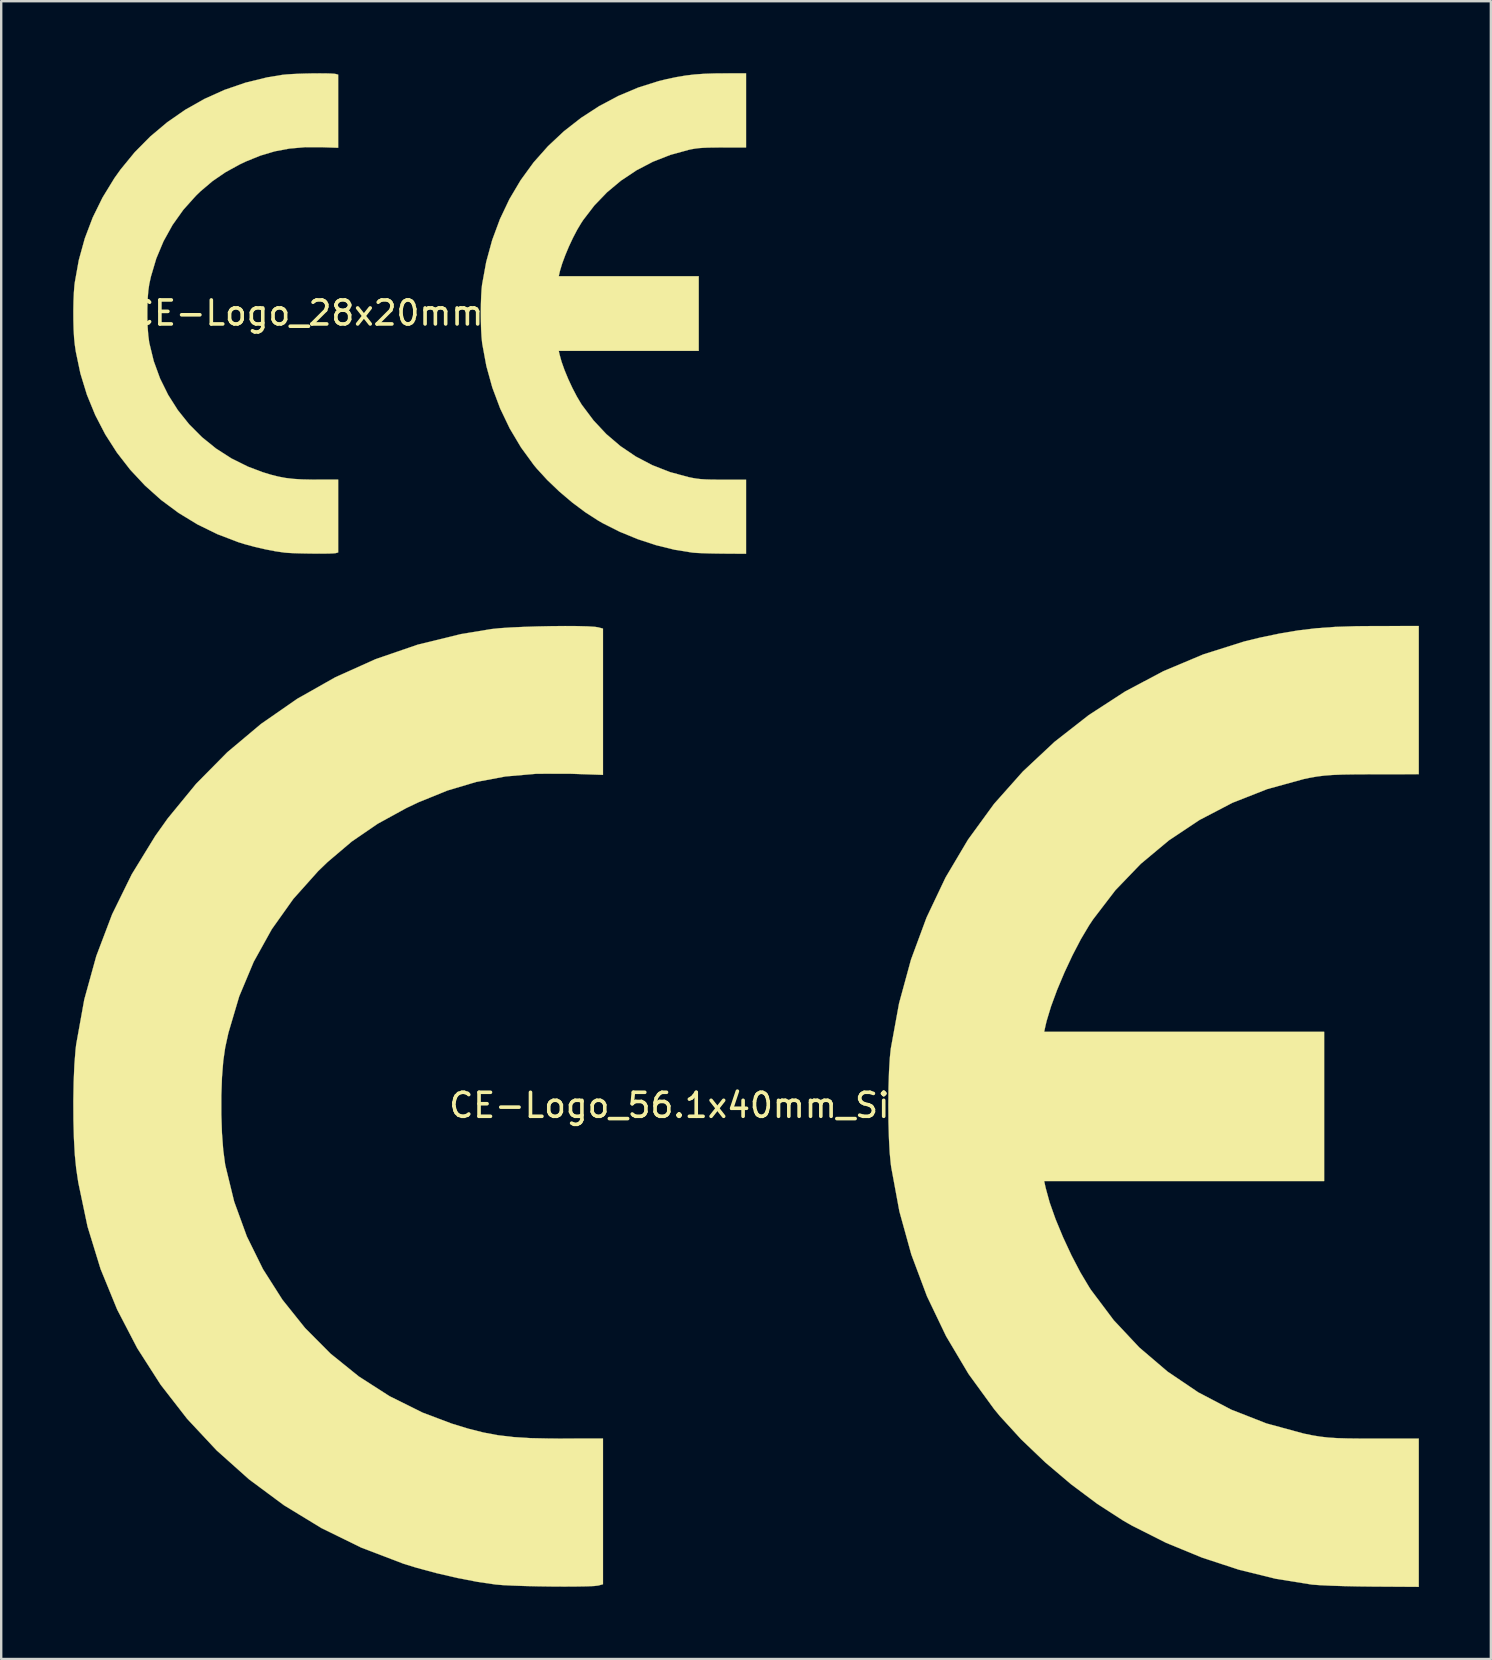
<source format=kicad_pcb>
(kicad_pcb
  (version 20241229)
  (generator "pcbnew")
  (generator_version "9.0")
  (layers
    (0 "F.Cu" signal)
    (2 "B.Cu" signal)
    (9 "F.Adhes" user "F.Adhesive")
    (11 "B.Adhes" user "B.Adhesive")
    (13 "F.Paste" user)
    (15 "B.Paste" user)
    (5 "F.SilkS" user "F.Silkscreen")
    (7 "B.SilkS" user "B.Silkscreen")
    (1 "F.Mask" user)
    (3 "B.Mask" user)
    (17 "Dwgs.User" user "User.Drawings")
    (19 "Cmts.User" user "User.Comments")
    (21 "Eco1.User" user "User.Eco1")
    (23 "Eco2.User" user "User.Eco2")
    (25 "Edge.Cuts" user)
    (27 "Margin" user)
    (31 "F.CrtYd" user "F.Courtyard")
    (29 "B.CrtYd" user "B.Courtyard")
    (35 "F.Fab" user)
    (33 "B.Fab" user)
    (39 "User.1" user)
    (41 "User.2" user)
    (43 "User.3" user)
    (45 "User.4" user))
  (footprint "CE-Logo_28x20mm_SilkScreen"
    (layer "F.Cu")
    (at 14.015 9.99)
    (property "Reference" "CE-Logo_28x20mm_SilkScreen" (at 0 0 0) (layer "F.SilkS") (effects (font (size 1 1) (thickness 0.15))))
    (attr exclude_from_pos_files exclude_from_bom)
    (fp_poly (pts (xy -3.512 -9.983) (xy -3.298 -9.977) (xy -3.144 -9.968) (xy -3.076 -9.957) (xy -2.978 -9.931) (xy -2.978 -6.884) (xy -3.672 -6.908) (xy -4.366 -6.907) (xy -5.009 -6.851) (xy -5.62 -6.736) (xy -6.217 -6.558) (xy -6.822 -6.313) (xy -7.073 -6.194) (xy -7.67 -5.866) (xy -8.209 -5.497) (xy -8.713 -5.07) (xy -8.909 -4.88) (xy -9.428 -4.301) (xy -9.877 -3.669) (xy -10.253 -2.991) (xy -10.555 -2.27) (xy -10.78 -1.511) (xy -10.847 -1.204) (xy -10.887 -0.926) (xy -10.914 -0.585) (xy -10.927 -0.205) (xy -10.928 0.189) (xy -10.915 0.575) (xy -10.888 0.929) (xy -10.849 1.226) (xy -10.845 1.248) (xy -10.66 2.005) (xy -10.397 2.728) (xy -10.06 3.41) (xy -9.655 4.048) (xy -9.184 4.637) (xy -8.652 5.171) (xy -8.063 5.647) (xy -7.423 6.058) (xy -6.734 6.4) (xy -6.127 6.629) (xy -5.785 6.734) (xy -5.472 6.813) (xy -5.165 6.871) (xy -4.843 6.909) (xy -4.485 6.931) (xy -4.069 6.94) (xy -3.887 6.94) (xy -2.978 6.939) (xy -2.978 9.975) (xy -3.076 10.001) (xy -3.161 10.011) (xy -3.316 10.018) (xy -3.527 10.022) (xy -3.778 10.023) (xy -4.051 10.021) (xy -4.333 10.017) (xy -4.605 10.011) (xy -4.853 10.003) (xy -5.06 9.992) (xy -5.21 9.98) (xy -5.211 9.98) (xy -5.585 9.926) (xy -6.008 9.844) (xy -6.446 9.743) (xy -6.869 9.629) (xy -7.137 9.546) (xy -8.013 9.211) (xy -8.843 8.804) (xy -9.624 8.328) (xy -10.353 7.788) (xy -11.026 7.186) (xy -11.64 6.528) (xy -12.192 5.817) (xy -12.679 5.057) (xy -13.097 4.252) (xy -13.443 3.407) (xy -13.714 2.524) (xy -13.907 1.608) (xy -13.95 1.314) (xy -13.978 1.033) (xy -13.998 0.689) (xy -14.008 0.305) (xy -14.01 -0.096) (xy -14.003 -0.49) (xy -13.987 -0.854) (xy -13.963 -1.164) (xy -13.95 -1.27) (xy -13.782 -2.206) (xy -13.532 -3.11) (xy -13.202 -3.98) (xy -12.792 -4.814) (xy -12.304 -5.611) (xy -12.043 -5.978) (xy -11.453 -6.698) (xy -10.804 -7.354) (xy -10.101 -7.945) (xy -9.349 -8.467) (xy -8.551 -8.918) (xy -7.712 -9.296) (xy -6.838 -9.596) (xy -5.932 -9.818) (xy -5.3 -9.922) (xy -5.127 -9.939) (xy -4.899 -9.954) (xy -4.633 -9.967) (xy -4.345 -9.976) (xy -4.051 -9.982) (xy -3.768 -9.984) (xy -3.512 -9.983)) (stroke (width 0.01) (type solid)) (fill yes) (layer "F.SilkS"))
    (fp_poly (pts (xy 14.014 -8.441) (xy 14.014 -6.897) (xy 13.039 -6.896) (xy 12.702 -6.895) (xy 12.435 -6.891) (xy 12.221 -6.882) (xy 12.045 -6.869) (xy 11.887 -6.849) (xy 11.733 -6.822) (xy 11.621 -6.798) (xy 10.86 -6.588) (xy 10.134 -6.303) (xy 9.448 -5.945) (xy 8.81 -5.52) (xy 8.223 -5.03) (xy 7.695 -4.481) (xy 7.23 -3.875) (xy 7.149 -3.752) (xy 6.977 -3.465) (xy 6.802 -3.129) (xy 6.633 -2.768) (xy 6.481 -2.404) (xy 6.354 -2.061) (xy 6.263 -1.76) (xy 6.243 -1.675) (xy 6.212 -1.533) (xy 12.043 -1.533) (xy 12.043 1.577) (xy 6.212 1.577) (xy 6.243 1.719) (xy 6.326 2.021) (xy 6.45 2.372) (xy 6.605 2.747) (xy 6.781 3.125) (xy 6.967 3.481) (xy 7.153 3.794) (xy 7.185 3.841) (xy 7.661 4.475) (xy 8.194 5.044) (xy 8.782 5.545) (xy 9.422 5.978) (xy 10.109 6.338) (xy 10.841 6.625) (xy 11.614 6.835) (xy 11.632 6.839) (xy 11.806 6.874) (xy 11.967 6.9) (xy 12.131 6.919) (xy 12.317 6.931) (xy 12.543 6.938) (xy 12.827 6.941) (xy 13.061 6.941) (xy 14.014 6.941) (xy 14.014 10.029) (xy 13.061 10.023) (xy 12.757 10.019) (xy 12.46 10.013) (xy 12.189 10.004) (xy 11.964 9.994) (xy 11.804 9.982) (xy 11.78 9.98) (xy 11.034 9.86) (xy 10.267 9.671) (xy 9.499 9.419) (xy 8.752 9.112) (xy 8.046 8.756) (xy 7.861 8.65) (xy 7.32 8.301) (xy 6.77 7.89) (xy 6.235 7.436) (xy 5.735 6.958) (xy 5.292 6.475) (xy 5.171 6.328) (xy 4.637 5.595) (xy 4.169 4.808) (xy 3.771 3.976) (xy 3.445 3.107) (xy 3.196 2.208) (xy 3.026 1.288) (xy 3.018 1.226) (xy 2.995 0.989) (xy 2.978 0.689) (xy 2.969 0.347) (xy 2.966 -0.013) (xy 2.969 -0.371) (xy 2.98 -0.704) (xy 2.997 -0.991) (xy 3.017 -1.182) (xy 3.189 -2.126) (xy 3.438 -3.038) (xy 3.762 -3.913) (xy 4.158 -4.747) (xy 4.625 -5.534) (xy 5.159 -6.269) (xy 5.171 -6.283) (xy 5.768 -6.955) (xy 6.427 -7.572) (xy 7.14 -8.129) (xy 7.9 -8.622) (xy 8.698 -9.045) (xy 9.526 -9.394) (xy 10.376 -9.662) (xy 10.708 -9.743) (xy 11.118 -9.829) (xy 11.499 -9.893) (xy 11.876 -9.938) (xy 12.273 -9.966) (xy 12.714 -9.981) (xy 13.083 -9.984) (xy 14.014 -9.985) (xy 14.014 -8.441)) (stroke (width 0.01) (type solid)) (fill yes) (layer "F.SilkS")))
  (footprint "CE-Logo_56.1x40mm_SilkScreen"
    (layer "F.Cu")
    (at 28.025 42.998)
    (property "Reference" "CE-Logo_56.1x40mm_SilkScreen" (at 0 0 0) (layer "F.SilkS") (effects (font (size 1 1) (thickness 0.15))))
    (attr exclude_from_pos_files exclude_from_bom)
    (fp_poly (pts (xy -7.023 -19.966) (xy -6.596 -19.955) (xy -6.288 -19.935) (xy -6.153 -19.914) (xy -5.956 -19.862) (xy -5.956 -13.768) (xy -7.343 -13.816) (xy -8.732 -13.814) (xy -10.018 -13.702) (xy -11.239 -13.473) (xy -12.435 -13.117) (xy -13.644 -12.626) (xy -14.145 -12.388) (xy -15.341 -11.732) (xy -16.417 -10.995) (xy -17.426 -10.14) (xy -17.819 -9.761) (xy -18.856 -8.601) (xy -19.753 -7.339) (xy -20.506 -5.982) (xy -21.11 -4.541) (xy -21.56 -3.021) (xy -21.694 -2.409) (xy -21.774 -1.852) (xy -21.828 -1.17) (xy -21.855 -0.411) (xy -21.855 0.379) (xy -21.829 1.151) (xy -21.776 1.858) (xy -21.697 2.451) (xy -21.689 2.496) (xy -21.319 4.011) (xy -20.794 5.455) (xy -20.121 6.82) (xy -19.309 8.097) (xy -18.367 9.274) (xy -17.304 10.343) (xy -16.127 11.293) (xy -14.846 12.115) (xy -13.468 12.8) (xy -12.253 13.258) (xy -11.57 13.467) (xy -10.943 13.626) (xy -10.329 13.741) (xy -9.685 13.817) (xy -8.969 13.862) (xy -8.138 13.879) (xy -7.773 13.88) (xy -5.956 13.878) (xy -5.956 19.949) (xy -6.153 20.002) (xy -6.321 20.022) (xy -6.632 20.036) (xy -7.054 20.043) (xy -7.555 20.046) (xy -8.103 20.043) (xy -8.665 20.035) (xy -9.21 20.022) (xy -9.705 20.005) (xy -10.119 19.985) (xy -10.419 19.96) (xy -10.423 19.96) (xy -11.171 19.851) (xy -12.016 19.688) (xy -12.893 19.485) (xy -13.737 19.257) (xy -14.274 19.091) (xy -16.026 18.422) (xy -17.686 17.608) (xy -19.248 16.656) (xy -20.705 15.575) (xy -22.051 14.372) (xy -23.28 13.056) (xy -24.384 11.634) (xy -25.358 10.114) (xy -26.194 8.505) (xy -26.886 6.813) (xy -27.428 5.048) (xy -27.813 3.216) (xy -27.901 2.628) (xy -27.957 2.066) (xy -27.995 1.378) (xy -28.016 0.609) (xy -28.02 -0.193) (xy -28.006 -0.981) (xy -27.975 -1.708) (xy -27.926 -2.327) (xy -27.901 -2.54) (xy -27.564 -4.411) (xy -27.064 -6.219) (xy -26.404 -7.96) (xy -25.585 -9.629) (xy -24.608 -11.222) (xy -24.086 -11.956) (xy -22.906 -13.395) (xy -21.608 -14.709) (xy -20.202 -15.89) (xy -18.697 -16.935) (xy -17.102 -17.837) (xy -15.425 -18.591) (xy -13.676 -19.192) (xy -11.864 -19.635) (xy -10.601 -19.843) (xy -10.253 -19.879) (xy -9.797 -19.909) (xy -9.265 -19.933) (xy -8.689 -19.952) (xy -8.102 -19.964) (xy -7.536 -19.969) (xy -7.023 -19.966)) (stroke (width 0.01) (type solid)) (fill yes) (layer "F.SilkS"))
    (fp_poly (pts (xy 28.028 -16.882) (xy 28.028 -13.795) (xy 26.079 -13.793) (xy 25.404 -13.79) (xy 24.87 -13.782) (xy 24.443 -13.765) (xy 24.089 -13.738) (xy 23.775 -13.698) (xy 23.466 -13.643) (xy 23.241 -13.596) (xy 21.719 -13.177) (xy 20.267 -12.606) (xy 18.897 -11.891) (xy 17.619 -11.04) (xy 16.446 -10.061) (xy 15.389 -8.962) (xy 14.461 -7.75) (xy 14.298 -7.505) (xy 13.955 -6.929) (xy 13.605 -6.258) (xy 13.267 -5.536) (xy 12.961 -4.809) (xy 12.708 -4.121) (xy 12.526 -3.52) (xy 12.485 -3.35) (xy 12.423 -3.066) (xy 24.086 -3.066) (xy 24.086 3.153) (xy 12.423 3.153) (xy 12.485 3.438) (xy 12.651 4.043) (xy 12.899 4.744) (xy 13.21 5.494) (xy 13.561 6.249) (xy 13.934 6.962) (xy 14.307 7.587) (xy 14.369 7.682) (xy 15.321 8.95) (xy 16.388 10.087) (xy 17.565 11.091) (xy 18.843 11.955) (xy 20.218 12.676) (xy 21.681 13.249) (xy 23.227 13.67) (xy 23.265 13.678) (xy 23.613 13.749) (xy 23.934 13.801) (xy 24.262 13.838) (xy 24.635 13.862) (xy 25.087 13.875) (xy 25.654 13.881) (xy 26.123 13.882) (xy 28.028 13.882) (xy 28.028 20.057) (xy 26.123 20.046) (xy 25.514 20.039) (xy 24.92 20.026) (xy 24.378 20.009) (xy 23.928 19.988) (xy 23.607 19.965) (xy 23.561 19.96) (xy 22.068 19.72) (xy 20.533 19.342) (xy 18.998 18.838) (xy 17.503 18.223) (xy 16.092 17.512) (xy 15.722 17.301) (xy 14.639 16.602) (xy 13.541 15.781) (xy 12.47 14.873) (xy 11.469 13.917) (xy 10.583 12.949) (xy 10.341 12.656) (xy 9.273 11.189) (xy 8.338 9.616) (xy 7.541 7.952) (xy 6.89 6.214) (xy 6.392 4.417) (xy 6.052 2.576) (xy 6.035 2.452) (xy 5.989 1.978) (xy 5.957 1.377) (xy 5.937 0.695) (xy 5.931 -0.026) (xy 5.939 -0.742) (xy 5.96 -1.408) (xy 5.994 -1.981) (xy 6.034 -2.365) (xy 6.378 -4.251) (xy 6.876 -6.075) (xy 7.524 -7.827) (xy 8.316 -9.495) (xy 9.25 -11.069) (xy 10.319 -12.537) (xy 10.341 -12.566) (xy 11.535 -13.909) (xy 12.854 -15.144) (xy 14.281 -16.259) (xy 15.8 -17.245) (xy 17.396 -18.091) (xy 19.052 -18.787) (xy 20.751 -19.324) (xy 21.415 -19.486) (xy 22.236 -19.657) (xy 22.998 -19.785) (xy 23.752 -19.875) (xy 24.545 -19.933) (xy 25.428 -19.962) (xy 26.166 -19.968) (xy 28.028 -19.97) (xy 28.028 -16.882)) (stroke (width 0.01) (type solid)) (fill yes) (layer "F.SilkS")))
  (gr_rect
    (start -3 -3)
    (end 59.057 66.06)
    (stroke (width 0.1) (type default))
    (fill no)
    (layer "Edge.Cuts")))
</source>
